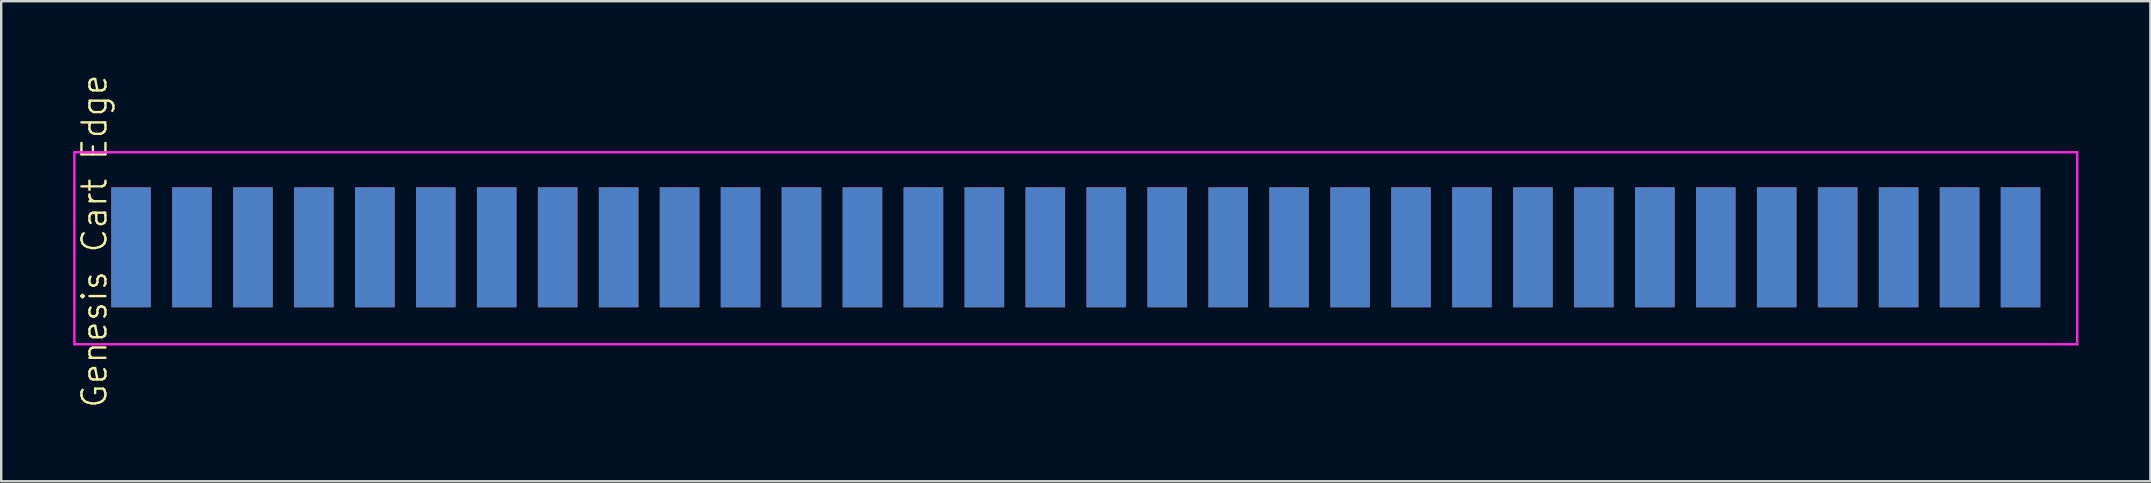
<source format=kicad_pcb>
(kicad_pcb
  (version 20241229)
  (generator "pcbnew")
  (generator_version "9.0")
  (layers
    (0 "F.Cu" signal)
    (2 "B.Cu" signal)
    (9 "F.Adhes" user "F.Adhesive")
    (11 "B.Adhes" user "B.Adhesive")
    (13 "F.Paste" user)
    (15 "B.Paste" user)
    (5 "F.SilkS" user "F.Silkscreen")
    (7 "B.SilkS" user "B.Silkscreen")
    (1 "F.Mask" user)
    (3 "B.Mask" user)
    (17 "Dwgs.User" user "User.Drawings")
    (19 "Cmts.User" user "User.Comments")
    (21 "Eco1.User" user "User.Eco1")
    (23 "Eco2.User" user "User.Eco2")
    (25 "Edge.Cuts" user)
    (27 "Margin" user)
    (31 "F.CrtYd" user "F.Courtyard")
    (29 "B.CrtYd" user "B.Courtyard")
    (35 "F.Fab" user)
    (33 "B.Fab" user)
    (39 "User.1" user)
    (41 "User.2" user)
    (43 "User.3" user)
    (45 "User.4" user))
  (footprint "Genesis Cart Edge"
    (layer "F.Cu")
    (at 2.41 9.796)
    (property "Reference" "Genesis Cart Edge" (at -1.524 -2.794 90) (layer "F.SilkS") (effects (font (size 1 1) (thickness 0.1))))
    (attr through_hole)
    (fp_line (start -2.36 1.5) (end -2.36 -6.5) (stroke (width 0.1) (type solid)) (layer "F.CrtYd"))
    (fp_line (start -2.36 1.5) (end 81.1 1.5) (stroke (width 0.1) (type solid)) (layer "F.CrtYd"))
    (fp_line (start 81.1 -6.5) (end -2.36 -6.5) (stroke (width 0.1) (type solid)) (layer "F.CrtYd"))
    (fp_line (start 81.1 1.5) (end 81.1 -6.5) (stroke (width 0.1) (type solid)) (layer "F.CrtYd"))
    (pad "1" connect rect (at 0 -2.54) (size 1.65 5) (layers "F.Mask" "B.Cu"))
    (pad "2" connect rect (at 2.54 -2.54) (size 1.65 5) (layers "F.Mask" "B.Cu"))
    (pad "3" connect rect (at 5.08 -2.54) (size 1.65 5) (layers "F.Mask" "B.Cu"))
    (pad "4" connect rect (at 7.62 -2.54) (size 1.65 5) (layers "F.Mask" "B.Cu"))
    (pad "5" connect rect (at 10.16 -2.54) (size 1.65 5) (layers "F.Mask" "B.Cu"))
    (pad "6" connect rect (at 12.7 -2.54) (size 1.65 5) (layers "F.Mask" "B.Cu"))
    (pad "7" connect rect (at 15.24 -2.54) (size 1.65 5) (layers "F.Mask" "B.Cu"))
    (pad "8" connect rect (at 17.78 -2.54) (size 1.65 5) (layers "F.Mask" "B.Cu"))
    (pad "9" connect rect (at 20.32 -2.54) (size 1.65 5) (layers "F.Mask" "B.Cu"))
    (pad "10" connect rect (at 22.86 -2.54) (size 1.65 5) (layers "F.Mask" "B.Cu"))
    (pad "11" connect rect (at 25.4 -2.54) (size 1.65 5) (layers "F.Mask" "B.Cu"))
    (pad "12" connect rect (at 27.94 -2.54) (size 1.65 5) (layers "F.Mask" "B.Cu"))
    (pad "13" connect rect (at 30.48 -2.54) (size 1.65 5) (layers "F.Mask" "B.Cu"))
    (pad "14" connect rect (at 33.02 -2.54) (size 1.65 5) (layers "F.Mask" "B.Cu"))
    (pad "15" connect rect (at 35.56 -2.54) (size 1.65 5) (layers "F.Mask" "B.Cu"))
    (pad "16" connect rect (at 38.1 -2.54) (size 1.65 5) (layers "F.Mask" "B.Cu"))
    (pad "17" connect rect (at 40.64 -2.54) (size 1.65 5) (layers "F.Mask" "B.Cu"))
    (pad "18" connect rect (at 43.18 -2.54) (size 1.65 5) (layers "F.Mask" "B.Cu"))
    (pad "19" connect rect (at 45.72 -2.54) (size 1.65 5) (layers "F.Mask" "B.Cu"))
    (pad "20" connect rect (at 48.26 -2.54) (size 1.65 5) (layers "F.Mask" "B.Cu"))
    (pad "21" connect rect (at 50.8 -2.54) (size 1.65 5) (layers "F.Mask" "B.Cu"))
    (pad "22" connect rect (at 53.34 -2.54) (size 1.65 5) (layers "F.Mask" "B.Cu"))
    (pad "23" connect rect (at 55.88 -2.54) (size 1.65 5) (layers "F.Mask" "B.Cu"))
    (pad "24" connect rect (at 58.42 -2.54) (size 1.65 5) (layers "F.Mask" "B.Cu"))
    (pad "25" connect rect (at 60.96 -2.54) (size 1.65 5) (layers "F.Mask" "B.Cu"))
    (pad "26" connect rect (at 63.5 -2.54) (size 1.65 5) (layers "F.Mask" "B.Cu"))
    (pad "27" connect rect (at 66.04 -2.54) (size 1.65 5) (layers "F.Mask" "B.Cu"))
    (pad "28" connect rect (at 68.58 -2.54) (size 1.65 5) (layers "F.Mask" "B.Cu"))
    (pad "29" connect rect (at 71.12 -2.54) (size 1.65 5) (layers "F.Mask" "B.Cu"))
    (pad "30" connect rect (at 73.66 -2.54) (size 1.65 5) (layers "F.Mask" "B.Cu"))
    (pad "31" connect rect (at 76.2 -2.54) (size 1.65 5) (layers "F.Mask" "B.Cu"))
    (pad "32" connect rect (at 78.74 -2.54) (size 1.65 5) (layers "F.Mask" "B.Cu"))
    (pad "33" connect rect (at 0 -2.54) (size 1.65 5) (layers "F.Cu" "F.Mask"))
    (pad "34" connect rect (at 2.54 -2.54) (size 1.65 5) (layers "F.Cu" "F.Mask"))
    (pad "35" connect rect (at 5.08 -2.54) (size 1.65 5) (layers "F.Cu" "F.Mask"))
    (pad "36" connect rect (at 7.62 -2.54) (size 1.65 5) (layers "F.Cu" "F.Mask"))
    (pad "37" connect rect (at 10.16 -2.54) (size 1.65 5) (layers "F.Cu" "F.Mask"))
    (pad "38" connect rect (at 12.7 -2.54) (size 1.65 5) (layers "F.Cu" "F.Mask"))
    (pad "39" connect rect (at 15.24 -2.54) (size 1.65 5) (layers "F.Cu" "F.Mask"))
    (pad "40" connect rect (at 17.78 -2.54) (size 1.65 5) (layers "F.Cu" "F.Mask"))
    (pad "41" connect rect (at 20.32 -2.54) (size 1.65 5) (layers "F.Cu" "F.Mask"))
    (pad "42" connect rect (at 22.86 -2.54) (size 1.65 5) (layers "F.Cu" "F.Mask"))
    (pad "43" connect rect (at 25.4 -2.54) (size 1.65 5) (layers "F.Cu" "F.Mask"))
    (pad "44" connect rect (at 27.94 -2.54) (size 1.65 5) (layers "F.Cu" "F.Mask"))
    (pad "45" connect rect (at 30.48 -2.54) (size 1.65 5) (layers "F.Cu" "F.Mask"))
    (pad "46" connect rect (at 33.02 -2.54) (size 1.65 5) (layers "F.Cu" "F.Mask"))
    (pad "47" connect rect (at 35.56 -2.54) (size 1.65 5) (layers "F.Cu" "F.Mask"))
    (pad "48" connect rect (at 38.1 -2.54) (size 1.65 5) (layers "F.Cu" "F.Mask"))
    (pad "49" connect rect (at 40.64 -2.54) (size 1.65 5) (layers "F.Cu" "F.Mask"))
    (pad "50" connect rect (at 43.18 -2.54) (size 1.65 5) (layers "F.Cu" "F.Mask"))
    (pad "51" connect rect (at 45.72 -2.54) (size 1.65 5) (layers "F.Cu" "F.Mask"))
    (pad "52" connect rect (at 48.26 -2.54) (size 1.65 5) (layers "F.Cu" "F.Mask"))
    (pad "53" connect rect (at 50.8 -2.54) (size 1.65 5) (layers "F.Cu" "F.Mask"))
    (pad "54" connect rect (at 53.34 -2.54) (size 1.65 5) (layers "F.Cu" "F.Mask"))
    (pad "55" connect rect (at 55.88 -2.54) (size 1.65 5) (layers "F.Cu" "F.Mask"))
    (pad "56" connect rect (at 58.42 -2.54) (size 1.65 5) (layers "F.Cu" "F.Mask"))
    (pad "57" connect rect (at 60.96 -2.54) (size 1.65 5) (layers "F.Cu" "F.Mask"))
    (pad "58" connect rect (at 63.5 -2.54) (size 1.65 5) (layers "F.Cu" "F.Mask"))
    (pad "59" connect rect (at 66.04 -2.54) (size 1.65 5) (layers "F.Cu" "F.Mask"))
    (pad "60" connect rect (at 68.58 -2.54) (size 1.65 5) (layers "F.Cu" "F.Mask"))
    (pad "61" connect rect (at 71.12 -2.54) (size 1.65 5) (layers "F.Cu" "F.Mask"))
    (pad "62" connect rect (at 73.66 -2.54) (size 1.65 5) (layers "F.Cu" "F.Mask"))
    (pad "63" connect rect (at 76.2 -2.54) (size 1.65 5) (layers "F.Cu" "F.Mask"))
    (pad "64" connect rect (at 78.74 -2.54) (size 1.65 5) (layers "F.Cu" "F.Mask")))
  (gr_rect
    (start -3 -3)
    (end 86.56 17.005)
    (stroke (width 0.1) (type default))
    (fill no)
    (layer "Edge.Cuts")))
</source>
